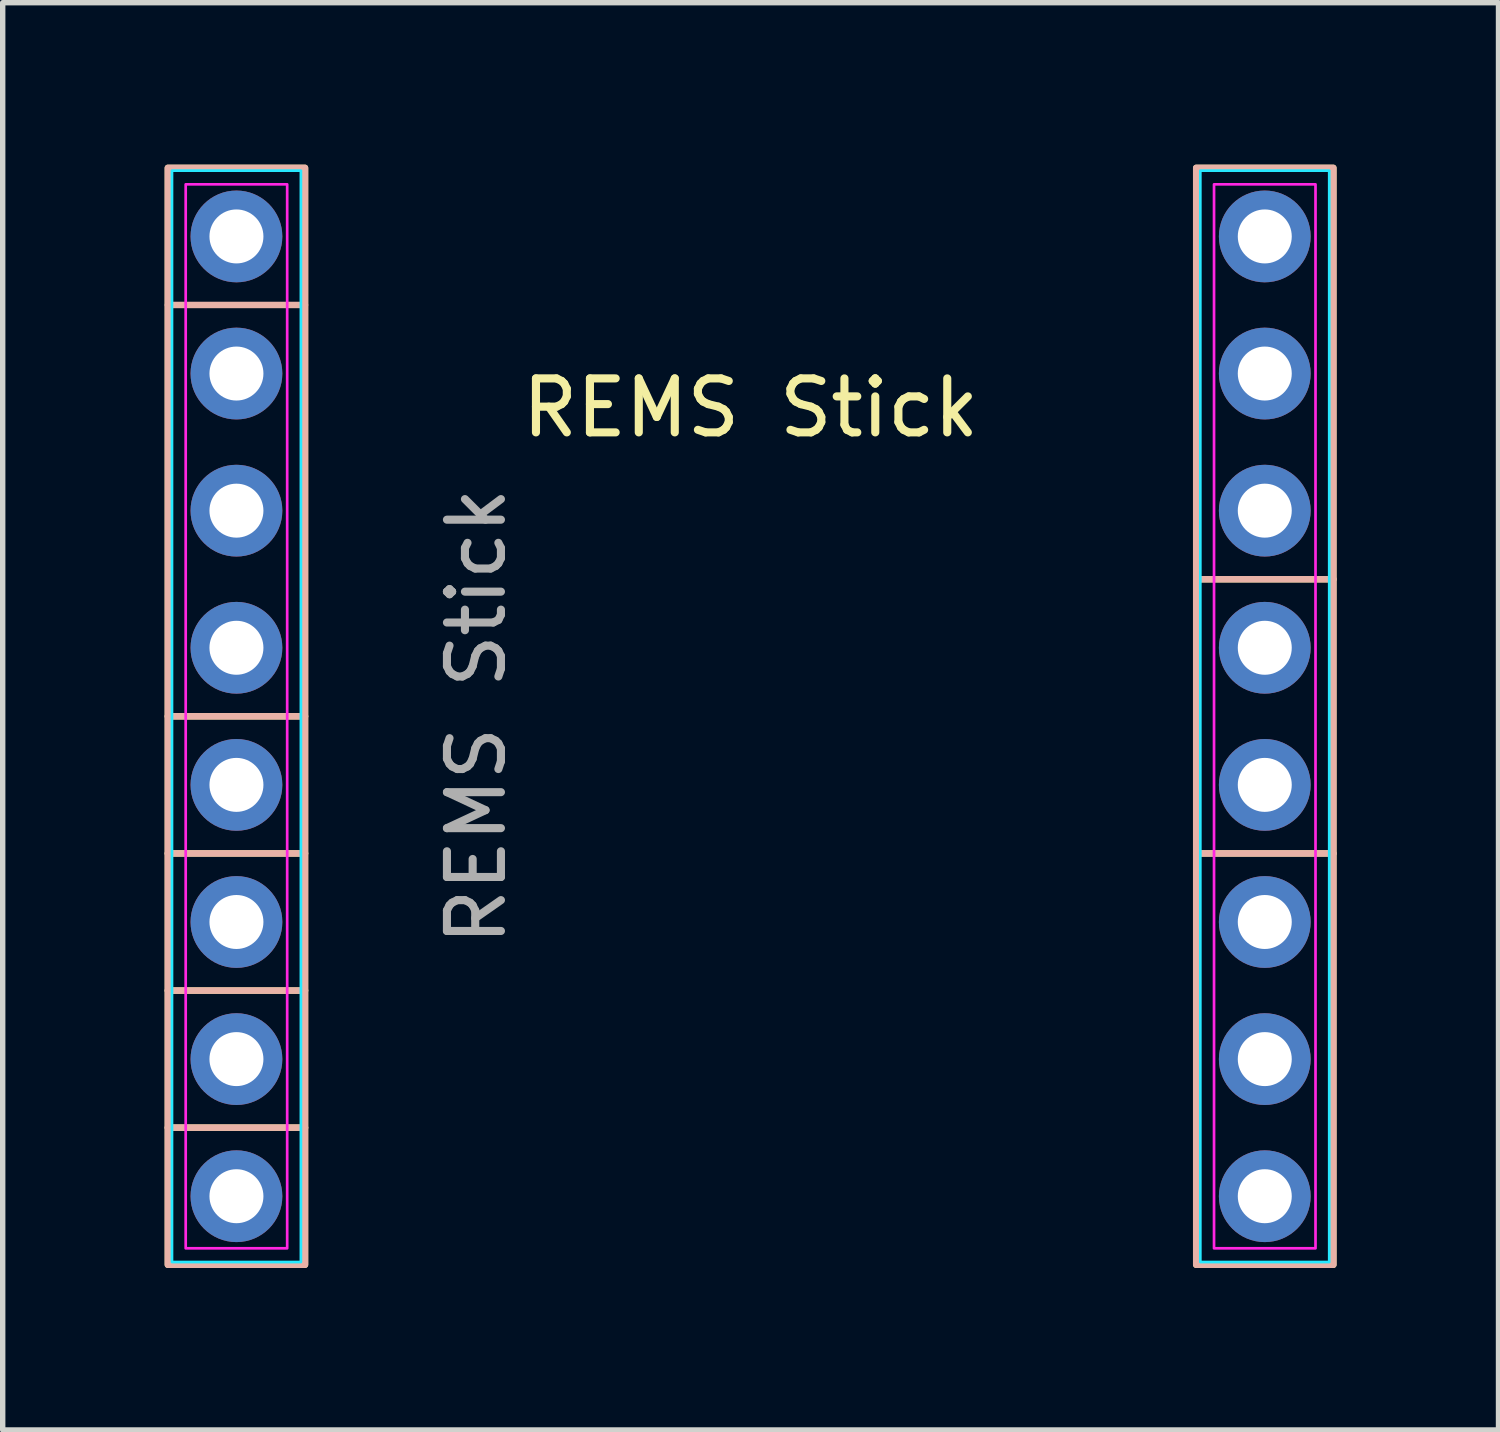
<source format=kicad_pcb>
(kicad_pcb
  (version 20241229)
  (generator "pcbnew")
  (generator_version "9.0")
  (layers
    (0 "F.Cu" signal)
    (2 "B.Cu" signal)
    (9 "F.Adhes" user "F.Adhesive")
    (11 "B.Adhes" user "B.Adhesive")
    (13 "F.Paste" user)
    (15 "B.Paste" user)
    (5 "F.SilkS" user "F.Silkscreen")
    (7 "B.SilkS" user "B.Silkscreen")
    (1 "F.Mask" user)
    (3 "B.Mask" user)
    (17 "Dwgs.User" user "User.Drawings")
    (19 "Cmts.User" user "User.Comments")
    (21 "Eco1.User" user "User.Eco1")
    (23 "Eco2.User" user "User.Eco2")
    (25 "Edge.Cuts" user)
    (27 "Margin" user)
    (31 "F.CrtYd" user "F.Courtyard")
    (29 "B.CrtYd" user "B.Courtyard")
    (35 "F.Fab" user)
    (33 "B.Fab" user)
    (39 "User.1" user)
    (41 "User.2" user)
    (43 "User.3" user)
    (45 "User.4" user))
  (footprint "REMS Stick"
    (layer "F.Cu")
    (at 10.855 10.22)
    (property "Reference" "REMS Stick" (at 0 -5.715 0) (unlocked yes) (layer "F.SilkS") (effects (font (size 1 1) (thickness 0.15))))
    (attr through_hole)
    (fp_line (start -10.795 -7.62) (end -8.255 -7.62) (stroke (width 0.1) (type default)) (layer "F.SilkS"))
    (fp_line (start -10.795 0) (end -8.255 0) (stroke (width 0.12) (type default)) (layer "F.SilkS"))
    (fp_line (start -10.795 2.54) (end -8.255 2.54) (stroke (width 0.12) (type default)) (layer "F.SilkS"))
    (fp_line (start -10.795 5.08) (end -8.255 5.08) (stroke (width 0.12) (type default)) (layer "F.SilkS"))
    (fp_line (start -10.795 7.62) (end -8.255 7.62) (stroke (width 0.12) (type default)) (layer "F.SilkS"))
    (fp_line (start 8.255 -2.54) (end 10.795 -2.54) (stroke (width 0.12) (type default)) (layer "F.SilkS"))
    (fp_line (start 8.255 2.54) (end 10.795 2.54) (stroke (width 0.12) (type default)) (layer "F.SilkS"))
    (fp_rect (start -10.795 -10.16) (end -8.255 10.16) (stroke (width 0.12) (type default)) (fill no) (layer "F.SilkS"))
    (fp_rect (start 8.255 -10.16) (end 10.795 10.16) (stroke (width 0.12) (type default)) (fill no) (layer "F.SilkS"))
    (fp_line (start -10.795 -7.62) (end -8.255 -7.62) (stroke (width 0.12) (type default)) (layer "B.SilkS"))
    (fp_line (start -10.795 0) (end -8.255 0) (stroke (width 0.12) (type default)) (layer "B.SilkS"))
    (fp_line (start -10.795 2.54) (end -8.255 2.54) (stroke (width 0.12) (type default)) (layer "B.SilkS"))
    (fp_line (start -10.795 5.08) (end -8.255 5.08) (stroke (width 0.12) (type default)) (layer "B.SilkS"))
    (fp_line (start -10.795 7.62) (end -8.255 7.62) (stroke (width 0.12) (type default)) (layer "B.SilkS"))
    (fp_line (start 8.255 -2.54) (end 10.795 -2.54) (stroke (width 0.12) (type default)) (layer "B.SilkS"))
    (fp_line (start 8.255 2.54) (end 10.795 2.54) (stroke (width 0.12) (type default)) (layer "B.SilkS"))
    (fp_rect (start -10.795 -10.16) (end -8.255 10.16) (stroke (width 0.12) (type default)) (fill no) (layer "B.SilkS"))
    (fp_rect (start 8.255 -10.16) (end 10.795 10.16) (stroke (width 0.12) (type default)) (fill no) (layer "B.SilkS"))
    (fp_rect (start -10.719 -10.109) (end -8.331 10.109) (stroke (width 0.05) (type default)) (fill no) (layer "B.CrtYd"))
    (fp_rect (start 8.331 -10.109) (end 10.719 10.109) (stroke (width 0.05) (type default)) (fill no) (layer "B.CrtYd"))
    (fp_rect (start -10.465 -9.855) (end -8.585 9.855) (stroke (width 0.05) (type default)) (fill no) (layer "F.CrtYd"))
    (fp_rect (start 8.585 -9.855) (end 10.465 9.855) (stroke (width 0.05) (type default)) (fill no) (layer "F.CrtYd"))
    (fp_text user "${REFERENCE}" (at -5.08 0 90) (unlocked yes) (layer "F.Fab") (effects (font (size 1 1) (thickness 0.15))))
    (pad "1" thru_hole circle (at 9.525 -8.89) (size 1.7 1.7) (drill 1) (layers "*.Cu" "*.Mask"))
    (pad "2" thru_hole circle (at 9.525 -6.35) (size 1.7 1.7) (drill 1) (layers "*.Cu" "*.Mask"))
    (pad "3" thru_hole circle (at 9.525 -3.81) (size 1.7 1.7) (drill 1) (layers "*.Cu" "*.Mask"))
    (pad "4" thru_hole circle (at 9.525 -1.27) (size 1.7 1.7) (drill 1) (layers "*.Cu" "*.Mask"))
    (pad "5" thru_hole circle (at 9.525 1.27) (size 1.7 1.7) (drill 1) (layers "*.Cu" "*.Mask"))
    (pad "6" thru_hole circle (at 9.525 3.81) (size 1.7 1.7) (drill 1) (layers "*.Cu" "*.Mask"))
    (pad "7" thru_hole circle (at 9.525 6.35) (size 1.7 1.7) (drill 1) (layers "*.Cu" "*.Mask"))
    (pad "8" thru_hole circle (at 9.525 8.89) (size 1.7 1.7) (drill 1) (layers "*.Cu" "*.Mask"))
    (pad "9" thru_hole circle (at -9.525 -8.89) (size 1.7 1.7) (drill 1) (layers "*.Cu" "*.Mask"))
    (pad "10" thru_hole circle (at -9.525 -6.35) (size 1.7 1.7) (drill 1) (layers "*.Cu" "*.Mask"))
    (pad "11" thru_hole circle (at -9.525 -3.81) (size 1.7 1.7) (drill 1) (layers "*.Cu" "*.Mask"))
    (pad "12" thru_hole circle (at -9.525 -1.27) (size 1.7 1.7) (drill 1) (layers "*.Cu" "*.Mask"))
    (pad "13" thru_hole circle (at -9.525 1.27) (size 1.7 1.7) (drill 1) (layers "*.Cu" "*.Mask"))
    (pad "14" thru_hole circle (at -9.525 3.81) (size 1.7 1.7) (drill 1) (layers "*.Cu" "*.Mask"))
    (pad "15" thru_hole circle (at -9.525 6.35) (size 1.7 1.7) (drill 1) (layers "*.Cu" "*.Mask"))
    (pad "16" thru_hole circle (at -9.525 8.89) (size 1.7 1.7) (drill 1) (layers "*.Cu" "*.Mask")))
  (gr_rect
    (start -3 -3)
    (end 24.71 23.44)
    (stroke (width 0.1) (type default))
    (fill no)
    (layer "Edge.Cuts")))
</source>
